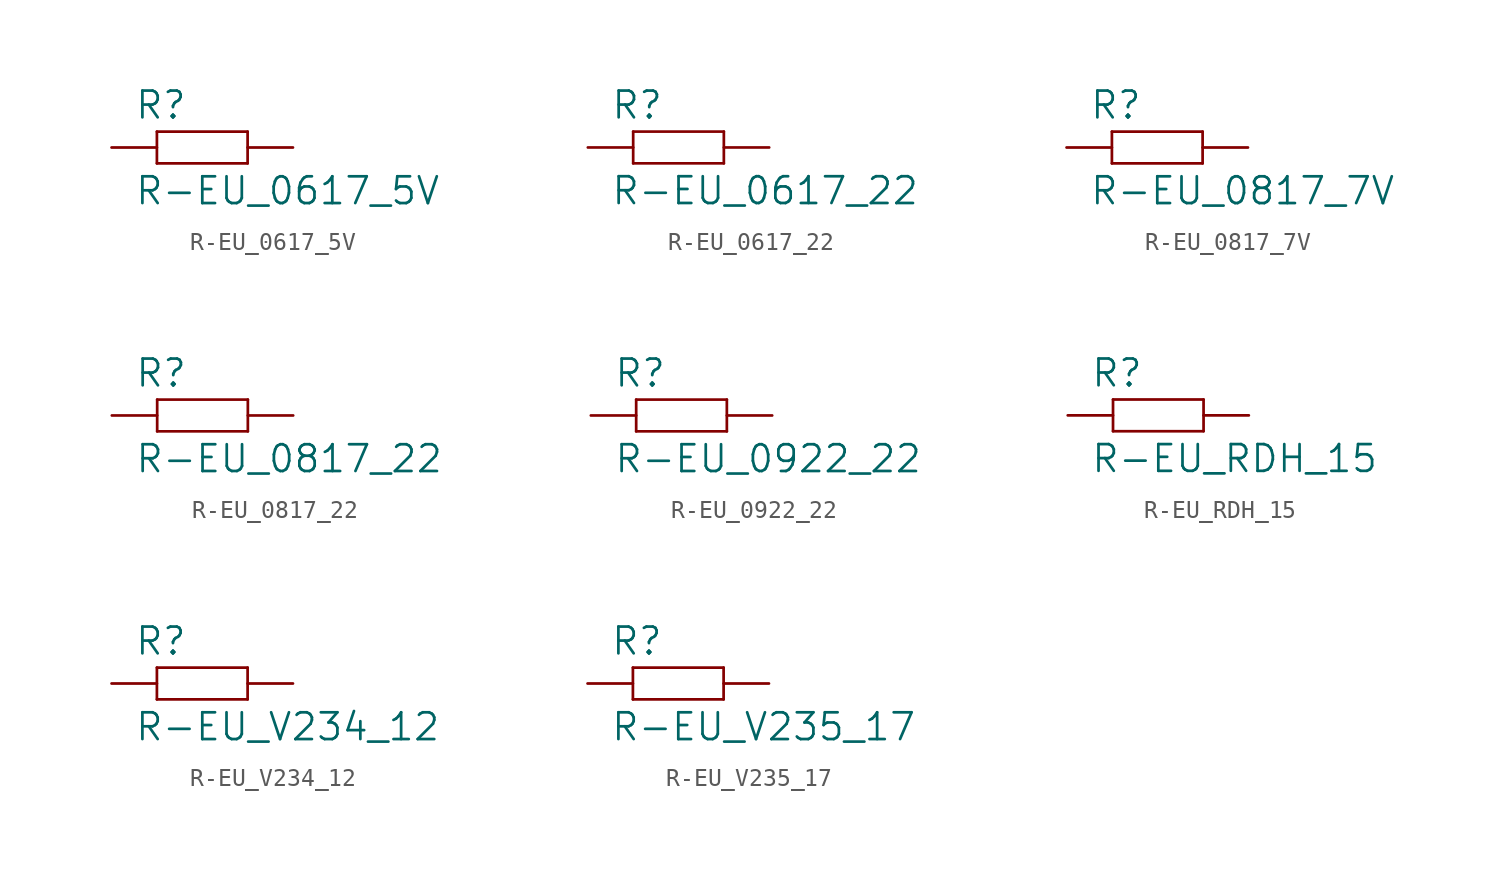
<source format=kicad_sym>
(kicad_symbol_lib
  (version 20211014)
  (generator kicad_symbol_editor)
  (symbol "R-EU_0617_5V"
    (pin_names
      (offset 1.016))
    (property "Reference" "R"
      (at -3.81 1.499 0)
      (effects (font (size 1.499 1.499)) (justify left bottom)))
    (property "Value" "R-EU_0617_5V"
      (at -3.81 -3.302 0)
      (effects (font (size 1.499 1.499)) (justify left bottom)))
    (property "ki_locked" ""
      (at 0 0 0)
      (effects (font (size 1.27 1.27))))
    (symbol "R-EU_0617_5V_1_0"
      (polyline (pts (xy -2.54 -0.889) (xy -2.54 0.889)) (stroke (width 0) (type default) (color 0 0 0 0)) (fill (type none)))
      (polyline (pts (xy -2.54 -0.889) (xy 2.54 -0.889)) (stroke (width 0) (type default) (color 0 0 0 0)) (fill (type none)))
      (polyline (pts (xy 2.54 -0.889) (xy 2.54 0.889)) (stroke (width 0) (type default) (color 0 0 0 0)) (fill (type none)))
      (polyline (pts (xy 2.54 0.889) (xy -2.54 0.889)) (stroke (width 0) (type default) (color 0 0 0 0)) (fill (type none)))
      (pin passive line (at -5.08 0 0) (length 2.54) (name "1" (effects (font (size 0 0)))) (number "1" (effects (font (size 0 0)))))
      (pin passive line (at 5.08 0 180) (length 2.54) (name "2" (effects (font (size 0 0)))) (number "2" (effects (font (size 0 0)))))))
  (symbol "R-EU_0617_22"
    (pin_names
      (offset 1.016))
    (property "Reference" "R"
      (at -3.81 1.499 0)
      (effects (font (size 1.499 1.499)) (justify left bottom)))
    (property "Value" "R-EU_0617_22"
      (at -3.81 -3.302 0)
      (effects (font (size 1.499 1.499)) (justify left bottom)))
    (property "ki_locked" ""
      (at 0 0 0)
      (effects (font (size 1.27 1.27))))
    (symbol "R-EU_0617_22_1_0"
      (polyline (pts (xy -2.54 -0.889) (xy -2.54 0.889)) (stroke (width 0) (type default) (color 0 0 0 0)) (fill (type none)))
      (polyline (pts (xy -2.54 -0.889) (xy 2.54 -0.889)) (stroke (width 0) (type default) (color 0 0 0 0)) (fill (type none)))
      (polyline (pts (xy 2.54 -0.889) (xy 2.54 0.889)) (stroke (width 0) (type default) (color 0 0 0 0)) (fill (type none)))
      (polyline (pts (xy 2.54 0.889) (xy -2.54 0.889)) (stroke (width 0) (type default) (color 0 0 0 0)) (fill (type none)))
      (pin passive line (at -5.08 0 0) (length 2.54) (name "1" (effects (font (size 0 0)))) (number "1" (effects (font (size 0 0)))))
      (pin passive line (at 5.08 0 180) (length 2.54) (name "2" (effects (font (size 0 0)))) (number "2" (effects (font (size 0 0)))))))
  (symbol "R-EU_0817_7V"
    (pin_names
      (offset 1.016))
    (property "Reference" "R"
      (at -3.81 1.499 0)
      (effects (font (size 1.499 1.499)) (justify left bottom)))
    (property "Value" "R-EU_0817_7V"
      (at -3.81 -3.302 0)
      (effects (font (size 1.499 1.499)) (justify left bottom)))
    (property "ki_locked" ""
      (at 0 0 0)
      (effects (font (size 1.27 1.27))))
    (symbol "R-EU_0817_7V_1_0"
      (polyline (pts (xy -2.54 -0.889) (xy -2.54 0.889)) (stroke (width 0) (type default) (color 0 0 0 0)) (fill (type none)))
      (polyline (pts (xy -2.54 -0.889) (xy 2.54 -0.889)) (stroke (width 0) (type default) (color 0 0 0 0)) (fill (type none)))
      (polyline (pts (xy 2.54 -0.889) (xy 2.54 0.889)) (stroke (width 0) (type default) (color 0 0 0 0)) (fill (type none)))
      (polyline (pts (xy 2.54 0.889) (xy -2.54 0.889)) (stroke (width 0) (type default) (color 0 0 0 0)) (fill (type none)))
      (pin passive line (at -5.08 0 0) (length 2.54) (name "1" (effects (font (size 0 0)))) (number "1" (effects (font (size 0 0)))))
      (pin passive line (at 5.08 0 180) (length 2.54) (name "2" (effects (font (size 0 0)))) (number "2" (effects (font (size 0 0)))))))
  (symbol "R-EU_0817_22"
    (pin_names
      (offset 1.016))
    (property "Reference" "R"
      (at -3.81 1.499 0)
      (effects (font (size 1.499 1.499)) (justify left bottom)))
    (property "Value" "R-EU_0817_22"
      (at -3.81 -3.302 0)
      (effects (font (size 1.499 1.499)) (justify left bottom)))
    (property "ki_locked" ""
      (at 0 0 0)
      (effects (font (size 1.27 1.27))))
    (symbol "R-EU_0817_22_1_0"
      (polyline (pts (xy -2.54 -0.889) (xy -2.54 0.889)) (stroke (width 0) (type default) (color 0 0 0 0)) (fill (type none)))
      (polyline (pts (xy -2.54 -0.889) (xy 2.54 -0.889)) (stroke (width 0) (type default) (color 0 0 0 0)) (fill (type none)))
      (polyline (pts (xy 2.54 -0.889) (xy 2.54 0.889)) (stroke (width 0) (type default) (color 0 0 0 0)) (fill (type none)))
      (polyline (pts (xy 2.54 0.889) (xy -2.54 0.889)) (stroke (width 0) (type default) (color 0 0 0 0)) (fill (type none)))
      (pin passive line (at -5.08 0 0) (length 2.54) (name "1" (effects (font (size 0 0)))) (number "1" (effects (font (size 0 0)))))
      (pin passive line (at 5.08 0 180) (length 2.54) (name "2" (effects (font (size 0 0)))) (number "2" (effects (font (size 0 0)))))))
  (symbol "R-EU_0922_22"
    (pin_names
      (offset 1.016))
    (property "Reference" "R"
      (at -3.81 1.499 0)
      (effects (font (size 1.499 1.499)) (justify left bottom)))
    (property "Value" "R-EU_0922_22"
      (at -3.81 -3.302 0)
      (effects (font (size 1.499 1.499)) (justify left bottom)))
    (property "ki_locked" ""
      (at 0 0 0)
      (effects (font (size 1.27 1.27))))
    (symbol "R-EU_0922_22_1_0"
      (polyline (pts (xy -2.54 -0.889) (xy -2.54 0.889)) (stroke (width 0) (type default) (color 0 0 0 0)) (fill (type none)))
      (polyline (pts (xy -2.54 -0.889) (xy 2.54 -0.889)) (stroke (width 0) (type default) (color 0 0 0 0)) (fill (type none)))
      (polyline (pts (xy 2.54 -0.889) (xy 2.54 0.889)) (stroke (width 0) (type default) (color 0 0 0 0)) (fill (type none)))
      (polyline (pts (xy 2.54 0.889) (xy -2.54 0.889)) (stroke (width 0) (type default) (color 0 0 0 0)) (fill (type none)))
      (pin passive line (at -5.08 0 0) (length 2.54) (name "1" (effects (font (size 0 0)))) (number "1" (effects (font (size 0 0)))))
      (pin passive line (at 5.08 0 180) (length 2.54) (name "2" (effects (font (size 0 0)))) (number "2" (effects (font (size 0 0)))))))
  (symbol "R-EU_RDH_15"
    (pin_names
      (offset 1.016))
    (property "Reference" "R"
      (at -3.81 1.499 0)
      (effects (font (size 1.499 1.499)) (justify left bottom)))
    (property "Value" "R-EU_RDH_15"
      (at -3.81 -3.302 0)
      (effects (font (size 1.499 1.499)) (justify left bottom)))
    (property "ki_locked" ""
      (at 0 0 0)
      (effects (font (size 1.27 1.27))))
    (symbol "R-EU_RDH_15_1_0"
      (polyline (pts (xy -2.54 -0.889) (xy -2.54 0.889)) (stroke (width 0) (type default) (color 0 0 0 0)) (fill (type none)))
      (polyline (pts (xy -2.54 -0.889) (xy 2.54 -0.889)) (stroke (width 0) (type default) (color 0 0 0 0)) (fill (type none)))
      (polyline (pts (xy 2.54 -0.889) (xy 2.54 0.889)) (stroke (width 0) (type default) (color 0 0 0 0)) (fill (type none)))
      (polyline (pts (xy 2.54 0.889) (xy -2.54 0.889)) (stroke (width 0) (type default) (color 0 0 0 0)) (fill (type none)))
      (pin passive line (at -5.08 0 0) (length 2.54) (name "1" (effects (font (size 0 0)))) (number "1" (effects (font (size 0 0)))))
      (pin passive line (at 5.08 0 180) (length 2.54) (name "2" (effects (font (size 0 0)))) (number "2" (effects (font (size 0 0)))))))
  (symbol "R-EU_V234_12"
    (pin_names
      (offset 1.016))
    (property "Reference" "R"
      (at -3.81 1.499 0)
      (effects (font (size 1.499 1.499)) (justify left bottom)))
    (property "Value" "R-EU_V234_12"
      (at -3.81 -3.302 0)
      (effects (font (size 1.499 1.499)) (justify left bottom)))
    (property "ki_locked" ""
      (at 0 0 0)
      (effects (font (size 1.27 1.27))))
    (symbol "R-EU_V234_12_1_0"
      (polyline (pts (xy -2.54 -0.889) (xy -2.54 0.889)) (stroke (width 0) (type default) (color 0 0 0 0)) (fill (type none)))
      (polyline (pts (xy -2.54 -0.889) (xy 2.54 -0.889)) (stroke (width 0) (type default) (color 0 0 0 0)) (fill (type none)))
      (polyline (pts (xy 2.54 -0.889) (xy 2.54 0.889)) (stroke (width 0) (type default) (color 0 0 0 0)) (fill (type none)))
      (polyline (pts (xy 2.54 0.889) (xy -2.54 0.889)) (stroke (width 0) (type default) (color 0 0 0 0)) (fill (type none)))
      (pin passive line (at -5.08 0 0) (length 2.54) (name "1" (effects (font (size 0 0)))) (number "1" (effects (font (size 0 0)))))
      (pin passive line (at 5.08 0 180) (length 2.54) (name "2" (effects (font (size 0 0)))) (number "2" (effects (font (size 0 0)))))))
  (symbol "R-EU_V235_17"
    (pin_names
      (offset 1.016))
    (property "Reference" "R"
      (at -3.81 1.499 0)
      (effects (font (size 1.499 1.499)) (justify left bottom)))
    (property "Value" "R-EU_V235_17"
      (at -3.81 -3.302 0)
      (effects (font (size 1.499 1.499)) (justify left bottom)))
    (property "ki_locked" ""
      (at 0 0 0)
      (effects (font (size 1.27 1.27))))
    (symbol "R-EU_V235_17_1_0"
      (polyline (pts (xy -2.54 -0.889) (xy -2.54 0.889)) (stroke (width 0) (type default) (color 0 0 0 0)) (fill (type none)))
      (polyline (pts (xy -2.54 -0.889) (xy 2.54 -0.889)) (stroke (width 0) (type default) (color 0 0 0 0)) (fill (type none)))
      (polyline (pts (xy 2.54 -0.889) (xy 2.54 0.889)) (stroke (width 0) (type default) (color 0 0 0 0)) (fill (type none)))
      (polyline (pts (xy 2.54 0.889) (xy -2.54 0.889)) (stroke (width 0) (type default) (color 0 0 0 0)) (fill (type none)))
      (pin passive line (at -5.08 0 0) (length 2.54) (name "1" (effects (font (size 0 0)))) (number "1" (effects (font (size 0 0)))))
      (pin passive line (at 5.08 0 180) (length 2.54) (name "2" (effects (font (size 0 0)))) (number "2" (effects (font (size 0 0))))))))
</source>
